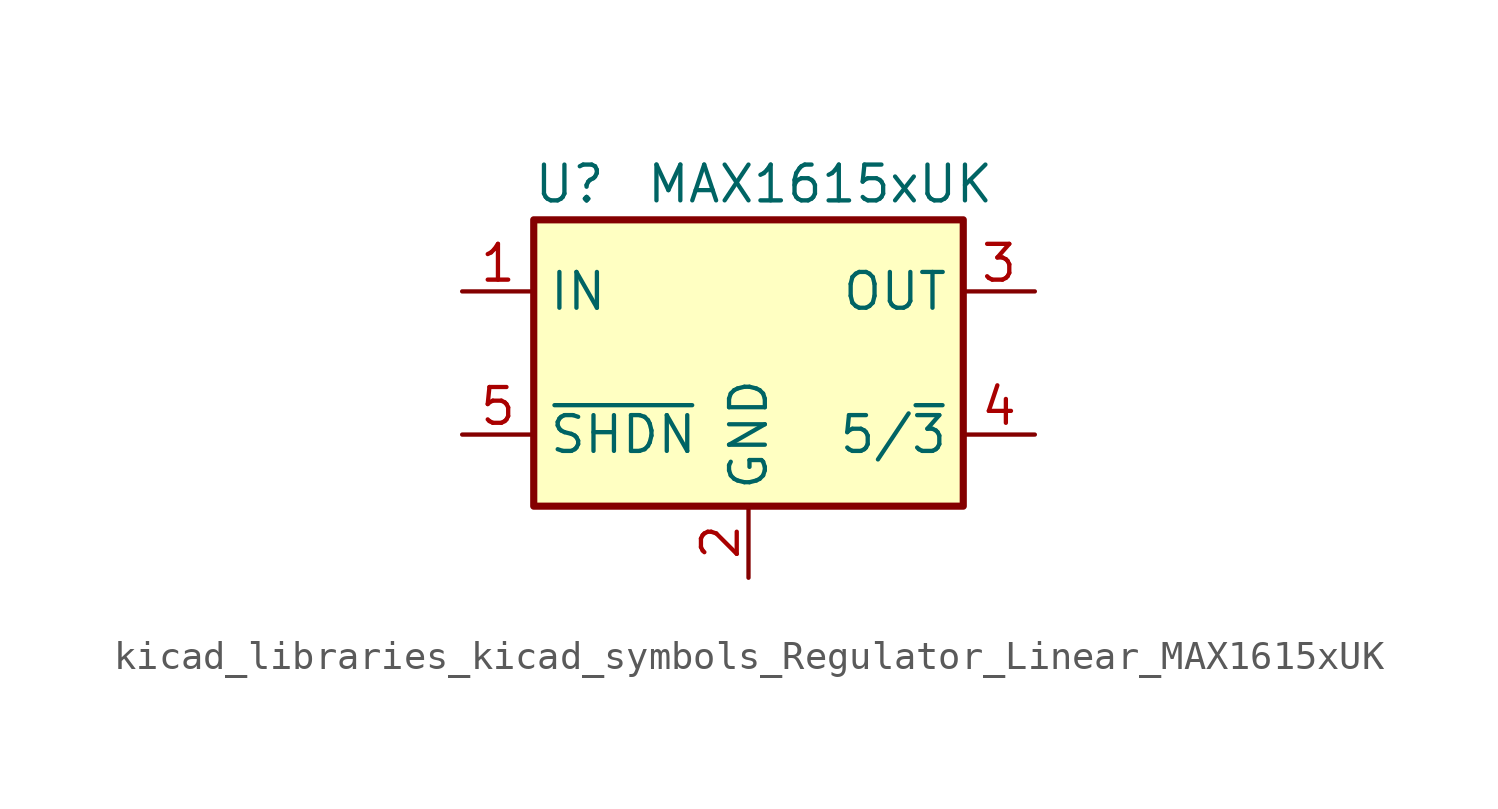
<source format=kicad_sym>
(kicad_symbol_lib
  (version 20220914)
  (generator kicad_symbol_editor)
  (symbol "kicad_libraries_kicad_symbols_Regulator_Linear_MAX1615xUK"
    (property "Reference" "U"
      (at -6.35 6.35 0)
      (effects (font (size 1.27 1.27))))
    (property "Value" "MAX1615xUK"
      (at 2.54 6.35 0)
      (effects (font (size 1.27 1.27))))
    (symbol "kicad_libraries_kicad_symbols_Regulator_Linear_MAX1615xUK_1_1"
      (rectangle (start -7.62 5.08) (end 7.62 -5.08) (stroke (width 0.254) (type default)) (fill (type background)))
      (pin power_in line (at -10.16 2.54 0) (length 2.54) (name "IN" (effects (font (size 1.27 1.27)))) (number "1" (effects (font (size 1.27 1.27)))))
      (pin power_in line (at 0 -7.62 90) (length 2.54) (name "GND" (effects (font (size 1.27 1.27)))) (number "2" (effects (font (size 1.27 1.27)))))
      (pin power_out line (at 10.16 2.54 180) (length 2.54) (name "OUT" (effects (font (size 1.27 1.27)))) (number "3" (effects (font (size 1.27 1.27)))))
      (pin input line (at 10.16 -2.54 180) (length 2.54) (name "5/~{3}" (effects (font (size 1.27 1.27)))) (number "4" (effects (font (size 1.27 1.27)))))
      (pin input line (at -10.16 -2.54 0) (length 2.54) (name "~{SHDN}" (effects (font (size 1.27 1.27)))) (number "5" (effects (font (size 1.27 1.27))))))))
</source>
